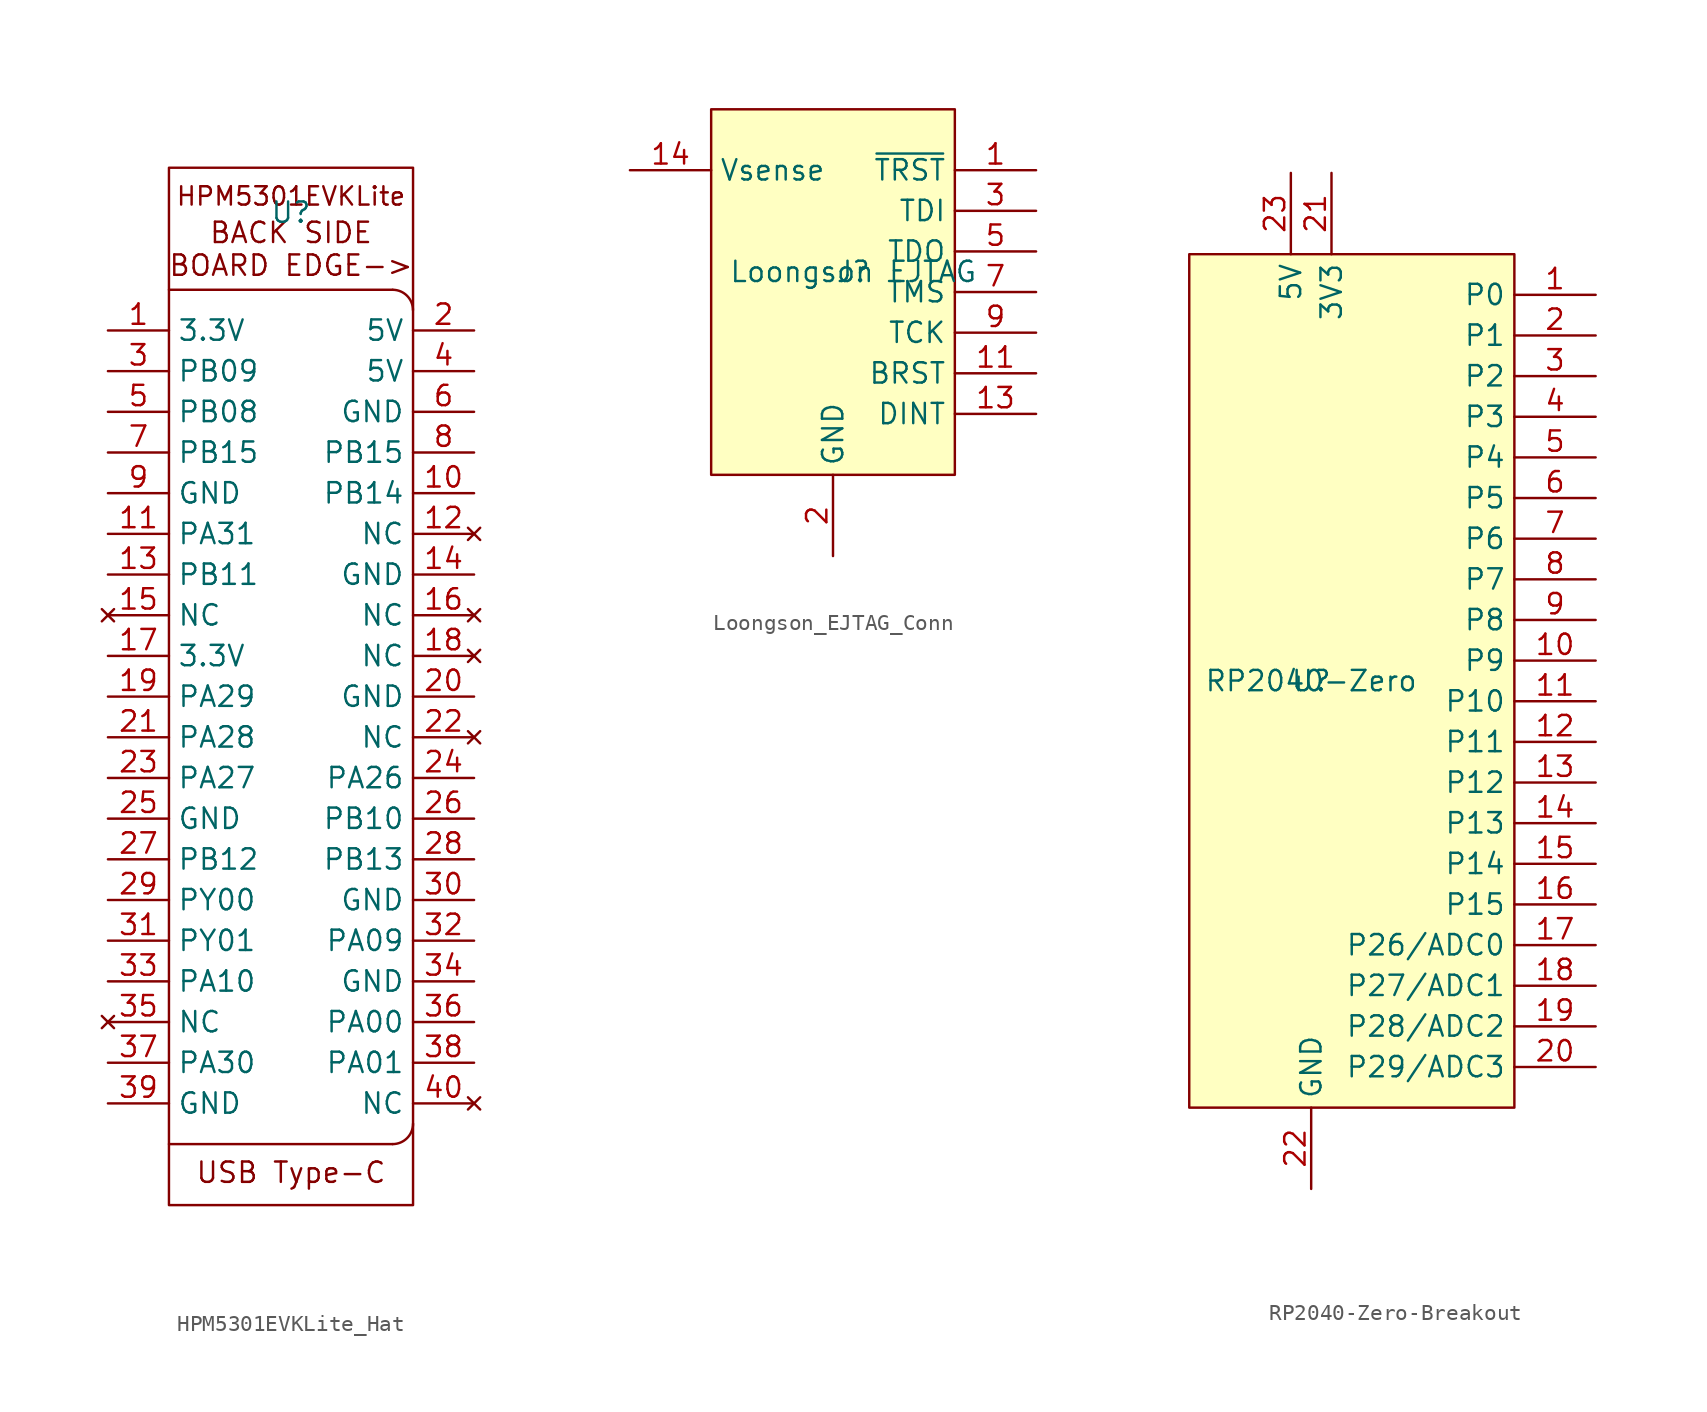
<source format=kicad_sym>
(kicad_symbol_lib
  (version 20231120)
  (generator "kicad_symbol_editor")
  (generator_version "8.0")
  (symbol "HPM5301EVKLite_Hat"
    (property "Reference" "U"
      (at 0 31.496 0)
      (effects (font (size 1.27 1.27))))
    (property "Value" ""
      (at 5.08 0 0)
      (effects (font (size 1.27 1.27))))
    (symbol "HPM5301EVKLite_Hat_0_1"
      (rectangle (start -7.62 34.29) (end 7.62 -30.48) (stroke (width 0) (type default)) (fill (type none))))
    (symbol "HPM5301EVKLite_Hat_1_0"
      (pin power_out line (at -11.43 24.13 0) (length 3.81) (name "3.3V" (effects (font (size 1.27 1.27)))) (number "1" (effects (font (size 1.27 1.27)))))
      (pin bidirectional line (at 11.43 13.97 180) (length 3.81) (name "PB14" (effects (font (size 1.27 1.27)))) (number "10" (effects (font (size 1.27 1.27)))))
      (pin bidirectional line (at -11.43 11.43 0) (length 3.81) (name "PA31" (effects (font (size 1.27 1.27)))) (number "11" (effects (font (size 1.27 1.27)))))
      (pin no_connect line (at 11.43 11.43 180) (length 3.81) (name "NC" (effects (font (size 1.27 1.27)))) (number "12" (effects (font (size 1.27 1.27)))))
      (pin bidirectional line (at -11.43 8.89 0) (length 3.81) (name "PB11" (effects (font (size 1.27 1.27)))) (number "13" (effects (font (size 1.27 1.27)))))
      (pin power_out line (at 11.43 8.89 180) (length 3.81) (name "GND" (effects (font (size 1.27 1.27)))) (number "14" (effects (font (size 1.27 1.27)))))
      (pin no_connect line (at -11.43 6.35 0) (length 3.81) (name "NC" (effects (font (size 1.27 1.27)))) (number "15" (effects (font (size 1.27 1.27)))))
      (pin no_connect line (at 11.43 6.35 180) (length 3.81) (name "NC" (effects (font (size 1.27 1.27)))) (number "16" (effects (font (size 1.27 1.27)))))
      (pin power_out line (at -11.43 3.81 0) (length 3.81) (name "3.3V" (effects (font (size 1.27 1.27)))) (number "17" (effects (font (size 1.27 1.27)))))
      (pin no_connect line (at 11.43 3.81 180) (length 3.81) (name "NC" (effects (font (size 1.27 1.27)))) (number "18" (effects (font (size 1.27 1.27)))))
      (pin bidirectional line (at -11.43 1.27 0) (length 3.81) (name "PA29" (effects (font (size 1.27 1.27)))) (number "19" (effects (font (size 1.27 1.27)))))
      (pin power_out line (at 11.43 1.27 180) (length 3.81) (name "GND" (effects (font (size 1.27 1.27)))) (number "20" (effects (font (size 1.27 1.27)))))
      (pin bidirectional line (at -11.43 -1.27 0) (length 3.81) (name "PA28" (effects (font (size 1.27 1.27)))) (number "21" (effects (font (size 1.27 1.27)))))
      (pin no_connect line (at 11.43 -1.27 180) (length 3.81) (name "NC" (effects (font (size 1.27 1.27)))) (number "22" (effects (font (size 1.27 1.27)))))
      (pin bidirectional line (at -11.43 -3.81 0) (length 3.81) (name "PA27" (effects (font (size 1.27 1.27)))) (number "23" (effects (font (size 1.27 1.27)))))
      (pin bidirectional line (at 11.43 -3.81 180) (length 3.81) (name "PA26" (effects (font (size 1.27 1.27)))) (number "24" (effects (font (size 1.27 1.27)))))
      (pin power_out line (at -11.43 -6.35 0) (length 3.81) (name "GND" (effects (font (size 1.27 1.27)))) (number "25" (effects (font (size 1.27 1.27)))))
      (pin bidirectional line (at 11.43 -6.35 180) (length 3.81) (name "PB10" (effects (font (size 1.27 1.27)))) (number "26" (effects (font (size 1.27 1.27)))))
      (pin bidirectional line (at -11.43 -8.89 0) (length 3.81) (name "PB12" (effects (font (size 1.27 1.27)))) (number "27" (effects (font (size 1.27 1.27)))))
      (pin bidirectional line (at 11.43 -8.89 180) (length 3.81) (name "PB13" (effects (font (size 1.27 1.27)))) (number "28" (effects (font (size 1.27 1.27)))))
      (pin bidirectional line (at -11.43 -11.43 0) (length 3.81) (name "PY00" (effects (font (size 1.27 1.27)))) (number "29" (effects (font (size 1.27 1.27)))))
      (pin bidirectional line (at -11.43 21.59 0) (length 3.81) (name "PB09" (effects (font (size 1.27 1.27)))) (number "3" (effects (font (size 1.27 1.27)))))
      (pin power_out line (at 11.43 -11.43 180) (length 3.81) (name "GND" (effects (font (size 1.27 1.27)))) (number "30" (effects (font (size 1.27 1.27)))))
      (pin bidirectional line (at -11.43 -13.97 0) (length 3.81) (name "PY01" (effects (font (size 1.27 1.27)))) (number "31" (effects (font (size 1.27 1.27)))))
      (pin bidirectional line (at 11.43 -13.97 180) (length 3.81) (name "PA09" (effects (font (size 1.27 1.27)))) (number "32" (effects (font (size 1.27 1.27)))))
      (pin bidirectional line (at -11.43 -16.51 0) (length 3.81) (name "PA10" (effects (font (size 1.27 1.27)))) (number "33" (effects (font (size 1.27 1.27)))))
      (pin power_out line (at 11.43 -16.51 180) (length 3.81) (name "GND" (effects (font (size 1.27 1.27)))) (number "34" (effects (font (size 1.27 1.27)))))
      (pin no_connect line (at -11.43 -19.05 0) (length 3.81) (name "NC" (effects (font (size 1.27 1.27)))) (number "35" (effects (font (size 1.27 1.27)))))
      (pin bidirectional line (at 11.43 -19.05 180) (length 3.81) (name "PA00" (effects (font (size 1.27 1.27)))) (number "36" (effects (font (size 1.27 1.27)))))
      (pin bidirectional line (at -11.43 -21.59 0) (length 3.81) (name "PA30" (effects (font (size 1.27 1.27)))) (number "37" (effects (font (size 1.27 1.27)))))
      (pin bidirectional line (at 11.43 -21.59 180) (length 3.81) (name "PA01" (effects (font (size 1.27 1.27)))) (number "38" (effects (font (size 1.27 1.27)))))
      (pin power_out line (at -11.43 -24.13 0) (length 3.81) (name "GND" (effects (font (size 1.27 1.27)))) (number "39" (effects (font (size 1.27 1.27)))))
      (pin power_out line (at 11.43 21.59 180) (length 3.81) (name "5V" (effects (font (size 1.27 1.27)))) (number "4" (effects (font (size 1.27 1.27)))))
      (pin no_connect line (at 11.43 -24.13 180) (length 3.81) (name "NC" (effects (font (size 1.27 1.27)))) (number "40" (effects (font (size 1.27 1.27)))))
      (pin bidirectional line (at -11.43 19.05 0) (length 3.81) (name "PB08" (effects (font (size 1.27 1.27)))) (number "5" (effects (font (size 1.27 1.27)))))
      (pin power_out line (at 11.43 19.05 180) (length 3.81) (name "GND" (effects (font (size 1.27 1.27)))) (number "6" (effects (font (size 1.27 1.27)))))
      (pin bidirectional line (at -11.43 16.51 0) (length 3.81) (name "PB15" (effects (font (size 1.27 1.27)))) (number "7" (effects (font (size 1.27 1.27)))))
      (pin bidirectional line (at 11.43 16.51 180) (length 3.81) (name "PB15" (effects (font (size 1.27 1.27)))) (number "8" (effects (font (size 1.27 1.27)))))
      (pin power_out line (at -11.43 13.97 0) (length 3.81) (name "GND" (effects (font (size 1.27 1.27)))) (number "9" (effects (font (size 1.27 1.27))))))
    (symbol "HPM5301EVKLite_Hat_1_1"
      (polyline (pts (xy 6.35 -26.67) (xy -7.62 -26.67)) (stroke (width 0) (type default)) (fill (type none)))
      (polyline (pts (xy 6.35 26.67) (xy -7.62 26.67)) (stroke (width 0) (type default)) (fill (type none)))
      (arc (start 6.35 -26.67) (mid 7.248 -26.298) (end 7.62 -25.4) (stroke (width 0) (type default)) (fill (type none)))
      (arc (start 7.62 25.4) (mid 7.248 26.298) (end 6.35 26.67) (stroke (width 0) (type default)) (fill (type none)))
      (text "BACK SIDE\nBOARD EDGE->" (at 0 29.21 0) (effects (font (size 1.27 1.27))))
      (text "HPM5301EVKLite" (at 0 32.512 0) (effects (font (size 1.143 1.143))))
      (text "USB Type-C" (at 0 -28.448 0) (effects (font (size 1.27 1.27))))
      (pin power_out line (at 11.43 24.13 180) (length 3.81) (name "5V" (effects (font (size 1.27 1.27)))) (number "2" (effects (font (size 1.27 1.27)))))))
  (symbol "Loongson_EJTAG_Conn"
    (property "Reference" "J"
      (at 1.27 1.27 0)
      (effects (font (size 1.27 1.27))))
    (property "Value" "Loongson EJTAG"
      (at 1.27 1.27 0)
      (effects (font (size 1.27 1.27))))
    (symbol "Loongson_EJTAG_Conn_0_0"
      (pin input line (at 12.7 7.62 180) (length 5.08) (name "~{TRST}" (effects (font (size 1.27 1.27)))) (number "1" (effects (font (size 1.27 1.27)))))
      (pin power_in line (at 0 -16.51 90) (length 5.08) hide (name "GND" (effects (font (size 1.27 1.27)))) (number "10" (effects (font (size 1.27 1.27)))))
      (pin input line (at 12.7 -5.08 180) (length 5.08) (name "BRST" (effects (font (size 1.27 1.27)))) (number "11" (effects (font (size 1.27 1.27)))))
      (pin no_connect line (at -12.7 -7.62 0) (length 5.08) hide (name "KEY" (effects (font (size 1.27 1.27)))) (number "12" (effects (font (size 1.27 1.27)))))
      (pin input line (at 12.7 -7.62 180) (length 5.08) (name "DINT" (effects (font (size 1.27 1.27)))) (number "13" (effects (font (size 1.27 1.27)))))
      (pin power_in line (at 0 -16.51 90) (length 5.08) (name "GND" (effects (font (size 1.27 1.27)))) (number "2" (effects (font (size 1.27 1.27)))))
      (pin input line (at 12.7 5.08 180) (length 5.08) (name "TDI" (effects (font (size 1.27 1.27)))) (number "3" (effects (font (size 1.27 1.27)))))
      (pin power_in line (at 0 -16.51 90) (length 5.08) hide (name "GND" (effects (font (size 1.27 1.27)))) (number "4" (effects (font (size 1.27 1.27)))))
      (pin output line (at 12.7 2.54 180) (length 5.08) (name "TDO" (effects (font (size 1.27 1.27)))) (number "5" (effects (font (size 1.27 1.27)))))
      (pin power_in line (at 0 -16.51 90) (length 5.08) hide (name "GND" (effects (font (size 1.27 1.27)))) (number "6" (effects (font (size 1.27 1.27)))))
      (pin input line (at 12.7 0 180) (length 5.08) (name "TMS" (effects (font (size 1.27 1.27)))) (number "7" (effects (font (size 1.27 1.27)))))
      (pin power_in line (at 0 -16.51 90) (length 5.08) hide (name "GND" (effects (font (size 1.27 1.27)))) (number "8" (effects (font (size 1.27 1.27)))))
      (pin input line (at 12.7 -2.54 180) (length 5.08) (name "TCK" (effects (font (size 1.27 1.27)))) (number "9" (effects (font (size 1.27 1.27))))))
    (symbol "Loongson_EJTAG_Conn_1_0"
      (pin output line (at -12.7 7.62 0) (length 5.08) (name "Vsense" (effects (font (size 1.27 1.27)))) (number "14" (effects (font (size 1.27 1.27))))))
    (symbol "Loongson_EJTAG_Conn_1_1"
      (rectangle (start -7.62 11.43) (end 7.62 -11.43) (stroke (width 0) (type default)) (fill (type background)))))
  (symbol "RP2040-Zero-Breakout"
    (property "Reference" "U"
      (at 0 0 0)
      (effects (font (size 1.27 1.27))))
    (property "Value" "RP2040-Zero"
      (at 0 0 0)
      (effects (font (size 1.27 1.27))))
    (symbol "RP2040-Zero-Breakout_0_0"
      (pin bidirectional line (at 17.78 24.13 180) (length 5.08) (name "P0" (effects (font (size 1.27 1.27)))) (number "1" (effects (font (size 1.27 1.27)))))
      (pin bidirectional line (at 17.78 1.27 180) (length 5.08) (name "P9" (effects (font (size 1.27 1.27)))) (number "10" (effects (font (size 1.27 1.27)))))
      (pin bidirectional line (at 17.78 -1.27 180) (length 5.08) (name "P10" (effects (font (size 1.27 1.27)))) (number "11" (effects (font (size 1.27 1.27)))))
      (pin bidirectional line (at 17.78 -3.81 180) (length 5.08) (name "P11" (effects (font (size 1.27 1.27)))) (number "12" (effects (font (size 1.27 1.27)))))
      (pin bidirectional line (at 17.78 -6.35 180) (length 5.08) (name "P12" (effects (font (size 1.27 1.27)))) (number "13" (effects (font (size 1.27 1.27)))))
      (pin bidirectional line (at 17.78 -8.89 180) (length 5.08) (name "P13" (effects (font (size 1.27 1.27)))) (number "14" (effects (font (size 1.27 1.27)))))
      (pin bidirectional line (at 17.78 -11.43 180) (length 5.08) (name "P14" (effects (font (size 1.27 1.27)))) (number "15" (effects (font (size 1.27 1.27)))))
      (pin bidirectional line (at 17.78 -13.97 180) (length 5.08) (name "P15" (effects (font (size 1.27 1.27)))) (number "16" (effects (font (size 1.27 1.27)))))
      (pin bidirectional line (at 17.78 -16.51 180) (length 5.08) (name "P26/ADC0" (effects (font (size 1.27 1.27)))) (number "17" (effects (font (size 1.27 1.27)))))
      (pin bidirectional line (at 17.78 -19.05 180) (length 5.08) (name "P27/ADC1" (effects (font (size 1.27 1.27)))) (number "18" (effects (font (size 1.27 1.27)))))
      (pin bidirectional line (at 17.78 -21.59 180) (length 5.08) (name "P28/ADC2" (effects (font (size 1.27 1.27)))) (number "19" (effects (font (size 1.27 1.27)))))
      (pin bidirectional line (at 17.78 21.59 180) (length 5.08) (name "P1" (effects (font (size 1.27 1.27)))) (number "2" (effects (font (size 1.27 1.27)))))
      (pin bidirectional line (at 17.78 -24.13 180) (length 5.08) (name "P29/ADC3" (effects (font (size 1.27 1.27)))) (number "20" (effects (font (size 1.27 1.27)))))
      (pin power_out line (at 1.27 31.75 270) (length 5.08) (name "3V3" (effects (font (size 1.27 1.27)))) (number "21" (effects (font (size 1.27 1.27)))))
      (pin power_out line (at 0 -31.75 90) (length 5.08) (name "GND" (effects (font (size 1.27 1.27)))) (number "22" (effects (font (size 1.27 1.27)))))
      (pin power_out line (at -1.27 31.75 270) (length 5.08) (name "5V" (effects (font (size 1.27 1.27)))) (number "23" (effects (font (size 1.27 1.27)))))
      (pin bidirectional line (at 17.78 19.05 180) (length 5.08) (name "P2" (effects (font (size 1.27 1.27)))) (number "3" (effects (font (size 1.27 1.27)))))
      (pin bidirectional line (at 17.78 16.51 180) (length 5.08) (name "P3" (effects (font (size 1.27 1.27)))) (number "4" (effects (font (size 1.27 1.27)))))
      (pin bidirectional line (at 17.78 13.97 180) (length 5.08) (name "P4" (effects (font (size 1.27 1.27)))) (number "5" (effects (font (size 1.27 1.27)))))
      (pin bidirectional line (at 17.78 11.43 180) (length 5.08) (name "P5" (effects (font (size 1.27 1.27)))) (number "6" (effects (font (size 1.27 1.27)))))
      (pin bidirectional line (at 17.78 8.89 180) (length 5.08) (name "P6" (effects (font (size 1.27 1.27)))) (number "7" (effects (font (size 1.27 1.27)))))
      (pin bidirectional line (at 17.78 6.35 180) (length 5.08) (name "P7" (effects (font (size 1.27 1.27)))) (number "8" (effects (font (size 1.27 1.27)))))
      (pin bidirectional line (at 17.78 3.81 180) (length 5.08) (name "P8" (effects (font (size 1.27 1.27)))) (number "9" (effects (font (size 1.27 1.27))))))
    (symbol "RP2040-Zero-Breakout_1_1"
      (rectangle (start -7.62 26.67) (end 12.7 -26.67) (stroke (width 0) (type default)) (fill (type background))))))
</source>
